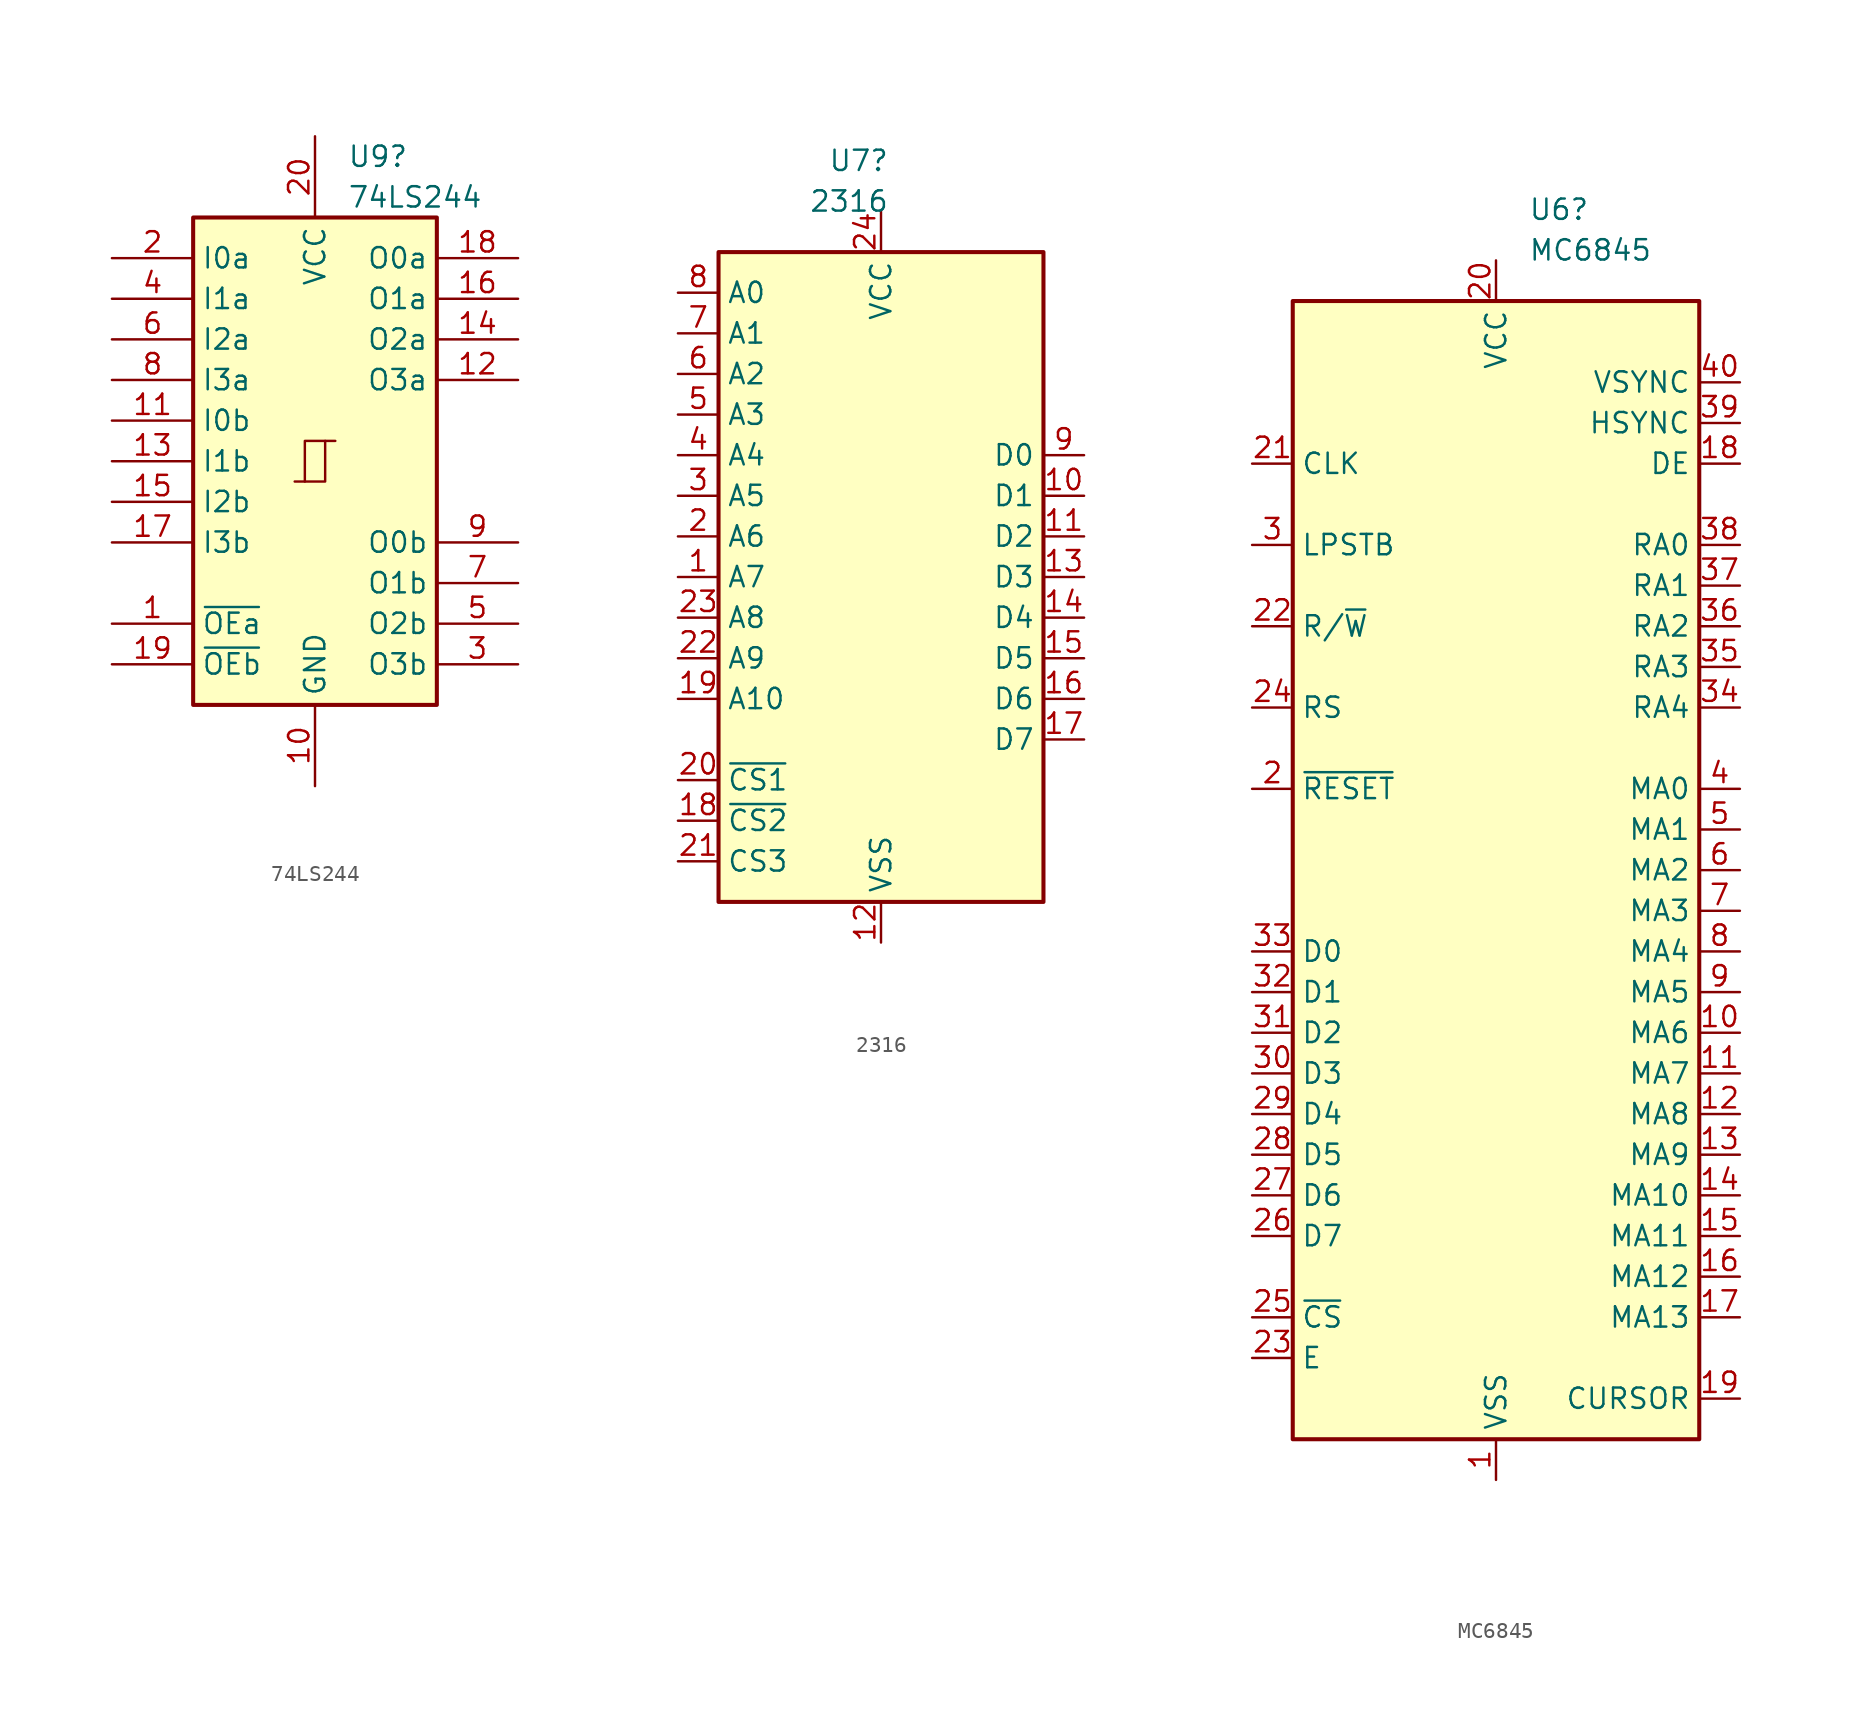
<source format=kicad_sym>
(kicad_symbol_lib
  (version 20220914)
  (generator kicad_symbol_editor)
  (symbol "74LS244"
    (property "Reference" "U9"
      (at 2.019 19.05 0)
      (effects (font (size 1.27 1.27)) (justify left)))
    (property "Value" "74LS244"
      (at 2.019 16.51 0)
      (effects (font (size 1.27 1.27)) (justify left)))
    (symbol "74LS244_1_0"
      (polyline (pts (xy -0.635 -1.27) (xy -0.635 1.27) (xy 0.635 1.27)) (stroke (width 0) (type default)) (fill (type none)))
      (polyline (pts (xy -1.27 -1.27) (xy 0.635 -1.27) (xy 0.635 1.27) (xy 1.27 1.27)) (stroke (width 0) (type default)) (fill (type none)))
      (pin input line (at -12.7 -10.16 0) (length 5.08) (name "~{OEa}" (effects (font (size 1.27 1.27)))) (number "1" (effects (font (size 1.27 1.27)))))
      (pin power_in line (at 0 -20.32 90) (length 5.08) (name "GND" (effects (font (size 1.27 1.27)))) (number "10" (effects (font (size 1.27 1.27)))))
      (pin input line (at -12.7 2.54 0) (length 5.08) (name "I0b" (effects (font (size 1.27 1.27)))) (number "11" (effects (font (size 1.27 1.27)))))
      (pin tri_state line (at 12.7 5.08 180) (length 5.08) (name "O3a" (effects (font (size 1.27 1.27)))) (number "12" (effects (font (size 1.27 1.27)))))
      (pin input line (at -12.7 0 0) (length 5.08) (name "I1b" (effects (font (size 1.27 1.27)))) (number "13" (effects (font (size 1.27 1.27)))))
      (pin tri_state line (at 12.7 7.62 180) (length 5.08) (name "O2a" (effects (font (size 1.27 1.27)))) (number "14" (effects (font (size 1.27 1.27)))))
      (pin input line (at -12.7 -2.54 0) (length 5.08) (name "I2b" (effects (font (size 1.27 1.27)))) (number "15" (effects (font (size 1.27 1.27)))))
      (pin tri_state line (at 12.7 10.16 180) (length 5.08) (name "O1a" (effects (font (size 1.27 1.27)))) (number "16" (effects (font (size 1.27 1.27)))))
      (pin input line (at -12.7 -5.08 0) (length 5.08) (name "I3b" (effects (font (size 1.27 1.27)))) (number "17" (effects (font (size 1.27 1.27)))))
      (pin tri_state line (at 12.7 12.7 180) (length 5.08) (name "O0a" (effects (font (size 1.27 1.27)))) (number "18" (effects (font (size 1.27 1.27)))))
      (pin input line (at -12.7 -12.7 0) (length 5.08) (name "~{OEb}" (effects (font (size 1.27 1.27)))) (number "19" (effects (font (size 1.27 1.27)))))
      (pin input line (at -12.7 12.7 0) (length 5.08) (name "I0a" (effects (font (size 1.27 1.27)))) (number "2" (effects (font (size 1.27 1.27)))))
      (pin power_in line (at 0 20.32 270) (length 5.08) (name "VCC" (effects (font (size 1.27 1.27)))) (number "20" (effects (font (size 1.27 1.27)))))
      (pin tri_state line (at 12.7 -12.7 180) (length 5.08) (name "O3b" (effects (font (size 1.27 1.27)))) (number "3" (effects (font (size 1.27 1.27)))))
      (pin input line (at -12.7 10.16 0) (length 5.08) (name "I1a" (effects (font (size 1.27 1.27)))) (number "4" (effects (font (size 1.27 1.27)))))
      (pin tri_state line (at 12.7 -10.16 180) (length 5.08) (name "O2b" (effects (font (size 1.27 1.27)))) (number "5" (effects (font (size 1.27 1.27)))))
      (pin input line (at -12.7 7.62 0) (length 5.08) (name "I2a" (effects (font (size 1.27 1.27)))) (number "6" (effects (font (size 1.27 1.27)))))
      (pin tri_state line (at 12.7 -7.62 180) (length 5.08) (name "O1b" (effects (font (size 1.27 1.27)))) (number "7" (effects (font (size 1.27 1.27)))))
      (pin input line (at -12.7 5.08 0) (length 5.08) (name "I3a" (effects (font (size 1.27 1.27)))) (number "8" (effects (font (size 1.27 1.27)))))
      (pin tri_state line (at 12.7 -5.08 180) (length 5.08) (name "O0b" (effects (font (size 1.27 1.27)))) (number "9" (effects (font (size 1.27 1.27))))))
    (symbol "74LS244_1_1"
      (rectangle (start -7.62 15.24) (end 7.62 -15.24) (stroke (width 0.254) (type default)) (fill (type background)))))
  (symbol "2316"
    (property "Reference" "U7"
      (at 0.521 26.035 0)
      (effects (font (size 1.27 1.27)) (justify right)))
    (property "Value" "2316"
      (at 0.521 23.495 0)
      (effects (font (size 1.27 1.27)) (justify right)))
    (symbol "2316_0_1"
      (rectangle (start -10.16 20.32) (end 10.16 -20.32) (stroke (width 0.254) (type default)) (fill (type background))))
    (symbol "2316_1_1"
      (pin input line (at -12.7 0 0) (length 2.54) (name "A7" (effects (font (size 1.27 1.27)))) (number "1" (effects (font (size 1.27 1.27)))))
      (pin bidirectional line (at 12.7 5.08 180) (length 2.54) (name "D1" (effects (font (size 1.27 1.27)))) (number "10" (effects (font (size 1.27 1.27)))))
      (pin bidirectional line (at 12.7 2.54 180) (length 2.54) (name "D2" (effects (font (size 1.27 1.27)))) (number "11" (effects (font (size 1.27 1.27)))))
      (pin power_in line (at 0 -22.86 90) (length 2.54) (name "VSS" (effects (font (size 1.27 1.27)))) (number "12" (effects (font (size 1.27 1.27)))))
      (pin bidirectional line (at 12.7 0 180) (length 2.54) (name "D3" (effects (font (size 1.27 1.27)))) (number "13" (effects (font (size 1.27 1.27)))))
      (pin bidirectional line (at 12.7 -2.54 180) (length 2.54) (name "D4" (effects (font (size 1.27 1.27)))) (number "14" (effects (font (size 1.27 1.27)))))
      (pin bidirectional line (at 12.7 -5.08 180) (length 2.54) (name "D5" (effects (font (size 1.27 1.27)))) (number "15" (effects (font (size 1.27 1.27)))))
      (pin bidirectional line (at 12.7 -7.62 180) (length 2.54) (name "D6" (effects (font (size 1.27 1.27)))) (number "16" (effects (font (size 1.27 1.27)))))
      (pin bidirectional line (at 12.7 -10.16 180) (length 2.54) (name "D7" (effects (font (size 1.27 1.27)))) (number "17" (effects (font (size 1.27 1.27)))))
      (pin input line (at -12.7 -15.24 0) (length 2.54) (name "~{CS2}" (effects (font (size 1.27 1.27)))) (number "18" (effects (font (size 1.27 1.27)))))
      (pin input line (at -12.7 -7.62 0) (length 2.54) (name "A10" (effects (font (size 1.27 1.27)))) (number "19" (effects (font (size 1.27 1.27)))))
      (pin input line (at -12.7 2.54 0) (length 2.54) (name "A6" (effects (font (size 1.27 1.27)))) (number "2" (effects (font (size 1.27 1.27)))))
      (pin input line (at -12.7 -12.7 0) (length 2.54) (name "~{CS1}" (effects (font (size 1.27 1.27)))) (number "20" (effects (font (size 1.27 1.27)))))
      (pin input line (at -12.7 -17.78 0) (length 2.54) (name "CS3" (effects (font (size 1.27 1.27)))) (number "21" (effects (font (size 1.27 1.27)))))
      (pin input line (at -12.7 -5.08 0) (length 2.54) (name "A9" (effects (font (size 1.27 1.27)))) (number "22" (effects (font (size 1.27 1.27)))))
      (pin input line (at -12.7 -2.54 0) (length 2.54) (name "A8" (effects (font (size 1.27 1.27)))) (number "23" (effects (font (size 1.27 1.27)))))
      (pin power_in line (at 0 22.86 270) (length 2.54) (name "VCC" (effects (font (size 1.27 1.27)))) (number "24" (effects (font (size 1.27 1.27)))))
      (pin input line (at -12.7 5.08 0) (length 2.54) (name "A5" (effects (font (size 1.27 1.27)))) (number "3" (effects (font (size 1.27 1.27)))))
      (pin input line (at -12.7 7.62 0) (length 2.54) (name "A4" (effects (font (size 1.27 1.27)))) (number "4" (effects (font (size 1.27 1.27)))))
      (pin input line (at -12.7 10.16 0) (length 2.54) (name "A3" (effects (font (size 1.27 1.27)))) (number "5" (effects (font (size 1.27 1.27)))))
      (pin input line (at -12.7 12.7 0) (length 2.54) (name "A2" (effects (font (size 1.27 1.27)))) (number "6" (effects (font (size 1.27 1.27)))))
      (pin input line (at -12.7 15.24 0) (length 2.54) (name "A1" (effects (font (size 1.27 1.27)))) (number "7" (effects (font (size 1.27 1.27)))))
      (pin input line (at -12.7 17.78 0) (length 2.54) (name "A0" (effects (font (size 1.27 1.27)))) (number "8" (effects (font (size 1.27 1.27)))))
      (pin bidirectional line (at 12.7 7.62 180) (length 2.54) (name "D0" (effects (font (size 1.27 1.27)))) (number "9" (effects (font (size 1.27 1.27)))))))
  (symbol "MC6845"
    (property "Reference" "U6"
      (at 2.019 41.275 0)
      (effects (font (size 1.27 1.27)) (justify left)))
    (property "Value" "MC6845"
      (at 2.019 38.735 0)
      (effects (font (size 1.27 1.27)) (justify left)))
    (symbol "MC6845_0_1"
      (rectangle (start -12.7 35.56) (end 12.7 -35.56) (stroke (width 0.254) (type default)) (fill (type background))))
    (symbol "MC6845_1_1"
      (pin power_in line (at 0 -38.1 90) (length 2.54) (name "VSS" (effects (font (size 1.27 1.27)))) (number "1" (effects (font (size 1.27 1.27)))))
      (pin output line (at 15.24 -10.16 180) (length 2.54) (name "MA6" (effects (font (size 1.27 1.27)))) (number "10" (effects (font (size 1.27 1.27)))))
      (pin output line (at 15.24 -12.7 180) (length 2.54) (name "MA7" (effects (font (size 1.27 1.27)))) (number "11" (effects (font (size 1.27 1.27)))))
      (pin output line (at 15.24 -15.24 180) (length 2.54) (name "MA8" (effects (font (size 1.27 1.27)))) (number "12" (effects (font (size 1.27 1.27)))))
      (pin output line (at 15.24 -17.78 180) (length 2.54) (name "MA9" (effects (font (size 1.27 1.27)))) (number "13" (effects (font (size 1.27 1.27)))))
      (pin output line (at 15.24 -20.32 180) (length 2.54) (name "MA10" (effects (font (size 1.27 1.27)))) (number "14" (effects (font (size 1.27 1.27)))))
      (pin output line (at 15.24 -22.86 180) (length 2.54) (name "MA11" (effects (font (size 1.27 1.27)))) (number "15" (effects (font (size 1.27 1.27)))))
      (pin output line (at 15.24 -25.4 180) (length 2.54) (name "MA12" (effects (font (size 1.27 1.27)))) (number "16" (effects (font (size 1.27 1.27)))))
      (pin output line (at 15.24 -27.94 180) (length 2.54) (name "MA13" (effects (font (size 1.27 1.27)))) (number "17" (effects (font (size 1.27 1.27)))))
      (pin output line (at 15.24 25.4 180) (length 2.54) (name "DE" (effects (font (size 1.27 1.27)))) (number "18" (effects (font (size 1.27 1.27)))))
      (pin output line (at 15.24 -33.02 180) (length 2.54) (name "CURSOR" (effects (font (size 1.27 1.27)))) (number "19" (effects (font (size 1.27 1.27)))))
      (pin input line (at -15.24 5.08 0) (length 2.54) (name "~{RESET}" (effects (font (size 1.27 1.27)))) (number "2" (effects (font (size 1.27 1.27)))))
      (pin power_in line (at 0 38.1 270) (length 2.54) (name "VCC" (effects (font (size 1.27 1.27)))) (number "20" (effects (font (size 1.27 1.27)))))
      (pin input line (at -15.24 25.4 0) (length 2.54) (name "CLK" (effects (font (size 1.27 1.27)))) (number "21" (effects (font (size 1.27 1.27)))))
      (pin input line (at -15.24 15.24 0) (length 2.54) (name "R/~{W}" (effects (font (size 1.27 1.27)))) (number "22" (effects (font (size 1.27 1.27)))))
      (pin input line (at -15.24 -30.48 0) (length 2.54) (name "E" (effects (font (size 1.27 1.27)))) (number "23" (effects (font (size 1.27 1.27)))))
      (pin input line (at -15.24 10.16 0) (length 2.54) (name "RS" (effects (font (size 1.27 1.27)))) (number "24" (effects (font (size 1.27 1.27)))))
      (pin input line (at -15.24 -27.94 0) (length 2.54) (name "~{CS}" (effects (font (size 1.27 1.27)))) (number "25" (effects (font (size 1.27 1.27)))))
      (pin bidirectional line (at -15.24 -22.86 0) (length 2.54) (name "D7" (effects (font (size 1.27 1.27)))) (number "26" (effects (font (size 1.27 1.27)))))
      (pin bidirectional line (at -15.24 -20.32 0) (length 2.54) (name "D6" (effects (font (size 1.27 1.27)))) (number "27" (effects (font (size 1.27 1.27)))))
      (pin bidirectional line (at -15.24 -17.78 0) (length 2.54) (name "D5" (effects (font (size 1.27 1.27)))) (number "28" (effects (font (size 1.27 1.27)))))
      (pin bidirectional line (at -15.24 -15.24 0) (length 2.54) (name "D4" (effects (font (size 1.27 1.27)))) (number "29" (effects (font (size 1.27 1.27)))))
      (pin input line (at -15.24 20.32 0) (length 2.54) (name "LPSTB" (effects (font (size 1.27 1.27)))) (number "3" (effects (font (size 1.27 1.27)))))
      (pin bidirectional line (at -15.24 -12.7 0) (length 2.54) (name "D3" (effects (font (size 1.27 1.27)))) (number "30" (effects (font (size 1.27 1.27)))))
      (pin bidirectional line (at -15.24 -10.16 0) (length 2.54) (name "D2" (effects (font (size 1.27 1.27)))) (number "31" (effects (font (size 1.27 1.27)))))
      (pin bidirectional line (at -15.24 -7.62 0) (length 2.54) (name "D1" (effects (font (size 1.27 1.27)))) (number "32" (effects (font (size 1.27 1.27)))))
      (pin bidirectional line (at -15.24 -5.08 0) (length 2.54) (name "D0" (effects (font (size 1.27 1.27)))) (number "33" (effects (font (size 1.27 1.27)))))
      (pin output line (at 15.24 10.16 180) (length 2.54) (name "RA4" (effects (font (size 1.27 1.27)))) (number "34" (effects (font (size 1.27 1.27)))))
      (pin output line (at 15.24 12.7 180) (length 2.54) (name "RA3" (effects (font (size 1.27 1.27)))) (number "35" (effects (font (size 1.27 1.27)))))
      (pin output line (at 15.24 15.24 180) (length 2.54) (name "RA2" (effects (font (size 1.27 1.27)))) (number "36" (effects (font (size 1.27 1.27)))))
      (pin output line (at 15.24 17.78 180) (length 2.54) (name "RA1" (effects (font (size 1.27 1.27)))) (number "37" (effects (font (size 1.27 1.27)))))
      (pin output line (at 15.24 20.32 180) (length 2.54) (name "RA0" (effects (font (size 1.27 1.27)))) (number "38" (effects (font (size 1.27 1.27)))))
      (pin output line (at 15.24 27.94 180) (length 2.54) (name "HSYNC" (effects (font (size 1.27 1.27)))) (number "39" (effects (font (size 1.27 1.27)))))
      (pin output line (at 15.24 5.08 180) (length 2.54) (name "MA0" (effects (font (size 1.27 1.27)))) (number "4" (effects (font (size 1.27 1.27)))))
      (pin output line (at 15.24 30.48 180) (length 2.54) (name "VSYNC" (effects (font (size 1.27 1.27)))) (number "40" (effects (font (size 1.27 1.27)))))
      (pin output line (at 15.24 2.54 180) (length 2.54) (name "MA1" (effects (font (size 1.27 1.27)))) (number "5" (effects (font (size 1.27 1.27)))))
      (pin output line (at 15.24 0 180) (length 2.54) (name "MA2" (effects (font (size 1.27 1.27)))) (number "6" (effects (font (size 1.27 1.27)))))
      (pin output line (at 15.24 -2.54 180) (length 2.54) (name "MA3" (effects (font (size 1.27 1.27)))) (number "7" (effects (font (size 1.27 1.27)))))
      (pin output line (at 15.24 -5.08 180) (length 2.54) (name "MA4" (effects (font (size 1.27 1.27)))) (number "8" (effects (font (size 1.27 1.27)))))
      (pin output line (at 15.24 -7.62 180) (length 2.54) (name "MA5" (effects (font (size 1.27 1.27)))) (number "9" (effects (font (size 1.27 1.27))))))))
</source>
